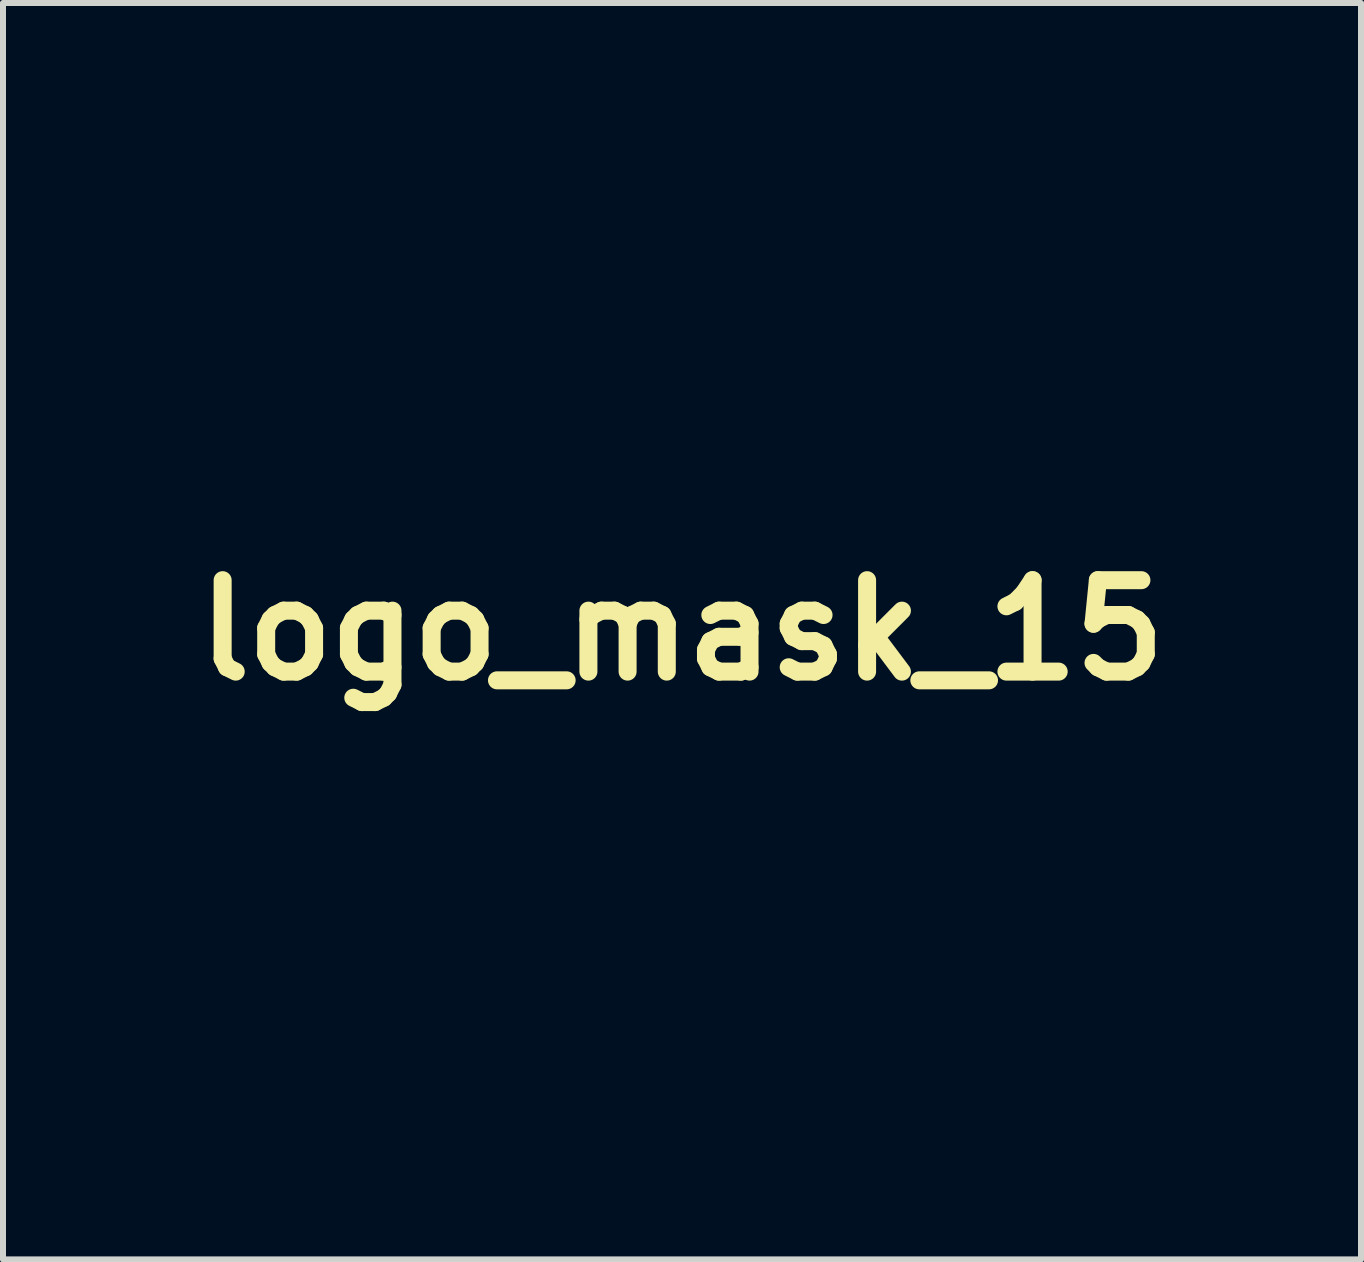
<source format=kicad_pcb>
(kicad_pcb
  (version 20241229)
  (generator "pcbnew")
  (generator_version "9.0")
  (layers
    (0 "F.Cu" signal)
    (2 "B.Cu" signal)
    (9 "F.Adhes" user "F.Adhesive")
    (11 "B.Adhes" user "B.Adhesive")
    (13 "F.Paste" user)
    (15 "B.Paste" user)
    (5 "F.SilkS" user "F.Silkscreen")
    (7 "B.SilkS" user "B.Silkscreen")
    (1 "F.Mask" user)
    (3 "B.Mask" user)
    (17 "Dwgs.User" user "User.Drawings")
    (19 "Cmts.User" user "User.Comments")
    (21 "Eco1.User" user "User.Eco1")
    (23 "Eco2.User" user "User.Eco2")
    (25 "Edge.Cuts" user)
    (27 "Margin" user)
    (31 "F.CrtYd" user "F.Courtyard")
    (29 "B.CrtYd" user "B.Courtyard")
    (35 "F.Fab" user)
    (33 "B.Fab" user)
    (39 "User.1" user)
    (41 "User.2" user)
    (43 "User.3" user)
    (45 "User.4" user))
  (footprint "logo_mask_15"
    (layer "F.Cu")
    (at 8.317 7.454)
    (property "Reference" "logo_mask_15" (at 0 0 0) (layer "F.SilkS") (effects (font (size 1.524 1.524) (thickness 0.3))))
    (attr through_hole)
    (fp_poly (pts (xy -1.368 -6.055) (xy -1.247 -5.966) (xy -1.18 -5.891) (xy -1.147 -5.82) (xy -1.137 -5.723) (xy -1.136 -5.676) (xy -1.136 -5.497) (xy -0.45 -4.813) (xy 2.456 -4.813) (xy 3.4 -3.869) (xy 4.345 -2.925) (xy 4.345 -1.149) (xy 4.445 -1.053) (xy 4.545 -0.921) (xy 4.589 -0.781) (xy 4.585 -0.643) (xy 4.539 -0.517) (xy 4.457 -0.411) (xy 4.348 -0.335) (xy 4.218 -0.3) (xy 4.073 -0.314) (xy 3.95 -0.368) (xy 3.834 -0.474) (xy 3.769 -0.61) (xy 3.759 -0.722) (xy 4.025 -0.722) (xy 4.04 -0.675) (xy 4.075 -0.637) (xy 4.134 -0.584) (xy 4.178 -0.573) (xy 4.237 -0.598) (xy 4.247 -0.603) (xy 4.3 -0.661) (xy 4.309 -0.738) (xy 4.28 -0.811) (xy 4.221 -0.858) (xy 4.158 -0.863) (xy 4.098 -0.828) (xy 4.054 -0.779) (xy 4.025 -0.722) (xy 3.759 -0.722) (xy 3.756 -0.76) (xy 3.798 -0.907) (xy 3.876 -1.018) (xy 3.977 -1.123) (xy 3.977 -2.758) (xy 2.289 -4.445) (xy -0.619 -4.445) (xy -1.019 -4.846) (xy -1.175 -5) (xy -1.293 -5.111) (xy -1.38 -5.185) (xy -1.445 -5.227) (xy -1.494 -5.245) (xy -1.513 -5.247) (xy -1.677 -5.276) (xy -1.811 -5.353) (xy -1.908 -5.466) (xy -1.961 -5.605) (xy -1.962 -5.648) (xy -1.684 -5.648) (xy -1.67 -5.613) (xy -1.611 -5.563) (xy -1.529 -5.556) (xy -1.452 -5.591) (xy -1.424 -5.623) (xy -1.408 -5.7) (xy -1.447 -5.766) (xy -1.529 -5.806) (xy -1.547 -5.809) (xy -1.632 -5.793) (xy -1.681 -5.733) (xy -1.684 -5.648) (xy -1.962 -5.648) (xy -1.963 -5.756) (xy -1.906 -5.907) (xy -1.904 -5.909) (xy -1.798 -6.026) (xy -1.664 -6.09) (xy -1.516 -6.1) (xy -1.368 -6.055)) (stroke (width 0.01) (type solid)) (fill yes) (layer "F.Mask"))
    (fp_poly (pts (xy 0.591 -6.425) (xy 0.722 -6.357) (xy 0.805 -6.261) (xy 0.847 -6.183) (xy 2.724 -6.183) (xy 5.581 -3.325) (xy 5.581 -2.297) (xy 5.698 -2.168) (xy 5.774 -2.071) (xy 5.809 -1.983) (xy 5.815 -1.902) (xy 5.786 -1.74) (xy 5.707 -1.609) (xy 5.59 -1.517) (xy 5.448 -1.471) (xy 5.292 -1.477) (xy 5.172 -1.523) (xy 5.064 -1.616) (xy 5 -1.743) (xy 4.981 -1.888) (xy 4.981 -1.888) (xy 5.247 -1.888) (xy 5.274 -1.822) (xy 5.334 -1.763) (xy 5.397 -1.738) (xy 5.456 -1.76) (xy 5.495 -1.79) (xy 5.538 -1.852) (xy 5.548 -1.888) (xy 5.521 -1.954) (xy 5.461 -2.014) (xy 5.397 -2.039) (xy 5.332 -2.012) (xy 5.272 -1.952) (xy 5.247 -1.888) (xy 4.981 -1.888) (xy 5.007 -2.033) (xy 5.08 -2.163) (xy 5.154 -2.233) (xy 5.178 -2.258) (xy 5.195 -2.3) (xy 5.206 -2.368) (xy 5.211 -2.476) (xy 5.214 -2.635) (xy 5.214 -2.718) (xy 5.214 -3.159) (xy 2.573 -5.799) (xy 1.718 -5.81) (xy 1.456 -5.813) (xy 1.253 -5.815) (xy 1.1 -5.814) (xy 0.989 -5.811) (xy 0.911 -5.804) (xy 0.859 -5.795) (xy 0.824 -5.78) (xy 0.798 -5.762) (xy 0.791 -5.756) (xy 0.655 -5.659) (xy 0.513 -5.618) (xy 0.45 -5.615) (xy 0.289 -5.644) (xy 0.16 -5.728) (xy 0.072 -5.855) (xy 0.034 -6.018) (xy 0.034 -6.03) (xy 0.301 -6.03) (xy 0.327 -5.966) (xy 0.387 -5.908) (xy 0.451 -5.882) (xy 0.51 -5.904) (xy 0.549 -5.935) (xy 0.592 -5.996) (xy 0.602 -6.032) (xy 0.577 -6.095) (xy 0.521 -6.154) (xy 0.462 -6.183) (xy 0.46 -6.183) (xy 0.401 -6.158) (xy 0.339 -6.103) (xy 0.303 -6.043) (xy 0.301 -6.03) (xy 0.034 -6.03) (xy 0.033 -6.05) (xy 0.042 -6.144) (xy 0.075 -6.219) (xy 0.146 -6.303) (xy 0.163 -6.321) (xy 0.251 -6.4) (xy 0.326 -6.438) (xy 0.415 -6.45) (xy 0.434 -6.45) (xy 0.591 -6.425)) (stroke (width 0.01) (type solid)) (fill yes) (layer "F.Mask"))
    (fp_poly (pts (xy 2.802 2.214) (xy 2.877 2.247) (xy 2.961 2.318) (xy 2.978 2.336) (xy 3.058 2.424) (xy 3.096 2.498) (xy 3.108 2.587) (xy 3.108 2.606) (xy 3.08 2.769) (xy 3.004 2.904) (xy 2.889 2.997) (xy 2.745 3.04) (xy 2.713 3.041) (xy 2.666 3.052) (xy 2.606 3.086) (xy 2.529 3.149) (xy 2.429 3.244) (xy 2.303 3.376) (xy 2.145 3.55) (xy 1.952 3.77) (xy 1.867 3.867) (xy 1.688 4.075) (xy 0.689 4.076) (xy -0.309 4.077) (xy -0.439 4.194) (xy -0.533 4.269) (xy -0.617 4.303) (xy -0.71 4.31) (xy -0.823 4.298) (xy -0.923 4.269) (xy -0.939 4.261) (xy -1.056 4.162) (xy -1.122 4.022) (xy -1.135 3.907) (xy -0.869 3.907) (xy -0.842 3.981) (xy -0.81 4.008) (xy -0.733 4.04) (xy -0.67 4.022) (xy -0.629 3.989) (xy -0.576 3.918) (xy -0.585 3.851) (xy -0.635 3.793) (xy -0.698 3.753) (xy -0.765 3.762) (xy -0.786 3.771) (xy -0.85 3.828) (xy -0.869 3.907) (xy -1.135 3.907) (xy -1.136 3.894) (xy -1.109 3.724) (xy -1.03 3.595) (xy -0.903 3.511) (xy -0.734 3.476) (xy -0.704 3.476) (xy -0.603 3.487) (xy -0.515 3.531) (xy -0.439 3.593) (xy -0.309 3.71) (xy 0.037 3.71) (xy 0.195 3.708) (xy 0.398 3.704) (xy 0.624 3.699) (xy 0.853 3.692) (xy 0.959 3.688) (xy 1.534 3.666) (xy 1.913 3.24) (xy 2.051 3.085) (xy 2.15 2.97) (xy 2.217 2.886) (xy 2.257 2.824) (xy 2.277 2.775) (xy 2.282 2.728) (xy 2.278 2.675) (xy 2.278 2.671) (xy 2.282 2.624) (xy 2.54 2.624) (xy 2.562 2.682) (xy 2.593 2.721) (xy 2.654 2.764) (xy 2.69 2.774) (xy 2.749 2.752) (xy 2.788 2.721) (xy 2.831 2.66) (xy 2.841 2.624) (xy 2.819 2.565) (xy 2.788 2.526) (xy 2.727 2.483) (xy 2.69 2.473) (xy 2.632 2.495) (xy 2.593 2.526) (xy 2.55 2.587) (xy 2.54 2.624) (xy 2.282 2.624) (xy 2.291 2.502) (xy 2.359 2.363) (xy 2.475 2.263) (xy 2.63 2.211) (xy 2.708 2.206) (xy 2.802 2.214)) (stroke (width 0.01) (type solid)) (fill yes) (layer "F.Mask"))
    (fp_poly (pts (xy 1.63 -2.297) (xy 2.039 -1.887) (xy 2.039 -0.651) (xy 1.629 -0.242) (xy 1.219 0.167) (xy 0.677 0.167) (xy 0.475 0.168) (xy 0.329 0.17) (xy 0.23 0.175) (xy 0.167 0.185) (xy 0.13 0.199) (xy 0.108 0.221) (xy 0.1 0.234) (xy 0.024 0.314) (xy -0.094 0.374) (xy -0.23 0.401) (xy -0.251 0.401) (xy -0.417 0.373) (xy -0.546 0.292) (xy -0.632 0.164) (xy -0.668 -0.004) (xy -0.668 -0.017) (xy -0.401 -0.017) (xy -0.379 0.042) (xy -0.349 0.081) (xy -0.287 0.124) (xy -0.251 0.134) (xy -0.192 0.112) (xy -0.153 0.081) (xy -0.11 0.02) (xy -0.1 -0.017) (xy -0.122 -0.075) (xy -0.153 -0.115) (xy -0.214 -0.157) (xy -0.251 -0.167) (xy -0.309 -0.145) (xy -0.349 -0.115) (xy -0.391 -0.053) (xy -0.401 -0.017) (xy -0.668 -0.017) (xy -0.668 -0.036) (xy -0.66 -0.129) (xy -0.626 -0.205) (xy -0.554 -0.289) (xy -0.539 -0.305) (xy -0.453 -0.383) (xy -0.38 -0.421) (xy -0.292 -0.434) (xy -0.255 -0.434) (xy -0.148 -0.426) (xy -0.065 -0.392) (xy 0.028 -0.319) (xy 0.029 -0.318) (xy 0.158 -0.201) (xy 1.054 -0.201) (xy 1.363 -0.51) (xy 1.671 -0.82) (xy 1.671 -1.723) (xy 1.361 -2.031) (xy 1.052 -2.339) (xy -1.188 -2.339) (xy -1.496 -2.03) (xy -1.805 -1.72) (xy -1.805 1.689) (xy -1.495 1.998) (xy -1.185 2.306) (xy 1.055 2.306) (xy 1.504 1.853) (xy 1.504 1.659) (xy 1.505 1.623) (xy 1.774 1.623) (xy 1.793 1.711) (xy 1.824 1.752) (xy 1.9 1.8) (xy 1.971 1.782) (xy 2.026 1.72) (xy 2.061 1.657) (xy 2.055 1.613) (xy 2.021 1.57) (xy 1.937 1.512) (xy 1.854 1.515) (xy 1.811 1.544) (xy 1.774 1.623) (xy 1.505 1.623) (xy 1.508 1.542) (xy 1.527 1.465) (xy 1.57 1.4) (xy 1.618 1.35) (xy 1.698 1.28) (xy 1.773 1.246) (xy 1.875 1.237) (xy 1.9 1.237) (xy 2.018 1.245) (xy 2.104 1.277) (xy 2.187 1.339) (xy 2.289 1.467) (xy 2.334 1.607) (xy 2.325 1.749) (xy 2.266 1.88) (xy 2.16 1.986) (xy 2.013 2.056) (xy 1.959 2.069) (xy 1.886 2.086) (xy 1.821 2.114) (xy 1.75 2.161) (xy 1.663 2.236) (xy 1.547 2.347) (xy 1.491 2.403) (xy 1.185 2.707) (xy -1.355 2.707) (xy -1.763 2.297) (xy -2.172 1.887) (xy -2.172 -1.889) (xy -1.762 -2.298) (xy -1.353 -2.707) (xy 1.221 -2.707) (xy 1.63 -2.297)) (stroke (width 0.01) (type solid)) (fill yes) (layer "F.Mask"))
    (fp_poly (pts (xy 0.432 -7.443) (xy 1.132 -7.371) (xy 1.826 -7.233) (xy 2.386 -7.072) (xy 3.026 -6.826) (xy 3.637 -6.523) (xy 4.218 -6.164) (xy 4.762 -5.754) (xy 5.268 -5.298) (xy 5.731 -4.797) (xy 6.147 -4.257) (xy 6.512 -3.682) (xy 6.823 -3.074) (xy 7.076 -2.438) (xy 7.105 -2.353) (xy 7.296 -1.666) (xy 7.422 -0.972) (xy 7.482 -0.273) (xy 7.477 0.427) (xy 7.406 1.124) (xy 7.269 1.814) (xy 7.098 2.402) (xy 6.846 3.055) (xy 6.537 3.673) (xy 6.171 4.258) (xy 5.746 4.812) (xy 5.298 5.298) (xy 4.772 5.777) (xy 4.211 6.201) (xy 3.617 6.566) (xy 2.992 6.874) (xy 2.34 7.121) (xy 1.662 7.307) (xy 0.961 7.431) (xy 0.795 7.451) (xy 0.59 7.467) (xy 0.339 7.477) (xy 0.062 7.481) (xy -0.22 7.479) (xy -0.488 7.471) (xy -0.72 7.457) (xy -0.819 7.447) (xy -1.502 7.338) (xy -2.166 7.166) (xy -2.807 6.936) (xy -3.422 6.649) (xy -4.007 6.31) (xy -4.559 5.921) (xy -5.073 5.485) (xy -5.546 5.005) (xy -5.975 4.484) (xy -6.356 3.924) (xy -6.685 3.329) (xy -6.959 2.702) (xy -7.072 2.386) (xy -7.263 1.698) (xy -7.389 1.003) (xy -7.449 0.303) (xy -7.448 0.201) (xy -6.995 0.201) (xy -6.034 0.201) (xy -5.707 0.526) (xy -5.381 0.851) (xy -5.381 2.453) (xy -5.272 2.565) (xy -5.207 2.641) (xy -5.175 2.712) (xy -5.164 2.809) (xy -5.164 2.862) (xy -5.168 2.974) (xy -5.188 3.047) (xy -5.237 3.111) (xy -5.288 3.161) (xy -5.385 3.236) (xy -5.474 3.27) (xy -5.549 3.275) (xy -5.722 3.248) (xy -5.856 3.17) (xy -5.945 3.047) (xy -5.982 2.886) (xy -5.982 2.857) (xy -5.715 2.857) (xy -5.688 2.923) (xy -5.628 2.983) (xy -5.565 3.008) (xy -5.506 2.986) (xy -5.467 2.955) (xy -5.424 2.898) (xy -5.414 2.866) (xy -5.439 2.807) (xy -5.494 2.746) (xy -5.554 2.709) (xy -5.567 2.707) (xy -5.631 2.734) (xy -5.69 2.794) (xy -5.715 2.857) (xy -5.982 2.857) (xy -5.961 2.72) (xy -5.906 2.598) (xy -5.828 2.514) (xy -5.815 2.506) (xy -5.793 2.492) (xy -5.777 2.468) (xy -5.765 2.426) (xy -5.757 2.358) (xy -5.752 2.255) (xy -5.749 2.108) (xy -5.749 1.908) (xy -5.748 1.746) (xy -5.748 1.021) (xy -5.973 0.795) (xy -6.198 0.568) (xy -6.959 0.568) (xy -6.936 0.794) (xy -6.846 1.373) (xy -6.697 1.962) (xy -6.493 2.549) (xy -6.24 3.122) (xy -5.941 3.671) (xy -5.602 4.184) (xy -5.519 4.295) (xy -5.405 4.435) (xy -5.252 4.605) (xy -5.075 4.793) (xy -4.887 4.985) (xy -4.699 5.169) (xy -4.526 5.33) (xy -4.38 5.456) (xy -4.378 5.457) (xy -3.859 5.836) (xy -3.303 6.166) (xy -2.717 6.446) (xy -2.109 6.672) (xy -1.485 6.844) (xy -0.853 6.957) (xy -0.22 7.011) (xy 0.407 7.004) (xy 0.635 6.985) (xy 0.872 6.958) (xy 1.084 6.93) (xy 1.26 6.902) (xy 1.391 6.876) (xy 1.467 6.853) (xy 1.475 6.848) (xy 1.485 6.823) (xy 1.459 6.773) (xy 1.391 6.693) (xy 1.288 6.585) (xy 1.055 6.35) (xy -0.19 6.35) (xy -0.511 6.35) (xy -0.772 6.351) (xy -0.979 6.352) (xy -1.138 6.354) (xy -1.257 6.358) (xy -1.342 6.364) (xy -1.399 6.372) (xy -1.434 6.382) (xy -1.455 6.395) (xy -1.468 6.412) (xy -1.472 6.42) (xy -1.539 6.488) (xy -1.646 6.545) (xy -1.769 6.579) (xy -1.829 6.584) (xy -1.959 6.554) (xy -2.082 6.475) (xy -2.175 6.364) (xy -2.194 6.326) (xy -2.232 6.163) (xy -1.957 6.163) (xy -1.942 6.209) (xy -1.907 6.247) (xy -1.848 6.301) (xy -1.805 6.312) (xy -1.745 6.287) (xy -1.736 6.282) (xy -1.682 6.224) (xy -1.674 6.147) (xy -1.702 6.074) (xy -1.761 6.026) (xy -1.824 6.021) (xy -1.885 6.056) (xy -1.929 6.105) (xy -1.957 6.163) (xy -2.232 6.163) (xy -2.232 6.163) (xy -2.204 6.013) (xy -2.111 5.877) (xy -2.09 5.857) (xy -2.004 5.788) (xy -1.921 5.756) (xy -1.808 5.748) (xy -1.805 5.748) (xy -1.693 5.755) (xy -1.611 5.785) (xy -1.524 5.852) (xy -1.508 5.865) (xy -1.379 5.982) (xy 1.219 5.982) (xy 1.595 6.357) (xy 1.97 6.732) (xy 2.23 6.647) (xy 2.49 6.563) (xy 2.499 5.461) (xy 2.506 4.528) (xy 2.874 4.528) (xy 2.874 5.456) (xy 2.875 5.697) (xy 2.876 5.915) (xy 2.879 6.101) (xy 2.883 6.246) (xy 2.887 6.343) (xy 2.891 6.383) (xy 2.892 6.383) (xy 2.927 6.369) (xy 3.008 6.331) (xy 3.124 6.275) (xy 3.242 6.216) (xy 3.576 6.049) (xy 3.576 5.009) (xy 4.061 4.515) (xy 4.545 4.021) (xy 4.545 1.754) (xy 5.011 1.289) (xy 5.173 1.126) (xy 5.292 1.003) (xy 5.374 0.912) (xy 5.426 0.846) (xy 5.454 0.797) (xy 5.462 0.759) (xy 5.459 0.735) (xy 5.461 0.708) (xy 5.751 0.708) (xy 5.781 0.783) (xy 5.844 0.83) (xy 5.882 0.836) (xy 5.952 0.813) (xy 5.976 0.795) (xy 6.016 0.719) (xy 6.007 0.641) (xy 5.96 0.579) (xy 5.889 0.551) (xy 5.815 0.568) (xy 5.76 0.628) (xy 5.751 0.708) (xy 5.461 0.708) (xy 5.465 0.613) (xy 5.517 0.484) (xy 5.603 0.374) (xy 5.655 0.335) (xy 5.803 0.275) (xy 5.945 0.273) (xy 6.072 0.317) (xy 6.178 0.399) (xy 6.255 0.508) (xy 6.297 0.635) (xy 6.296 0.769) (xy 6.246 0.902) (xy 6.146 1.017) (xy 6.047 1.079) (xy 5.93 1.102) (xy 5.891 1.103) (xy 5.833 1.104) (xy 5.784 1.113) (xy 5.733 1.137) (xy 5.672 1.181) (xy 5.591 1.252) (xy 5.48 1.358) (xy 5.342 1.494) (xy 4.946 1.885) (xy 4.946 4.195) (xy 4.445 4.696) (xy 3.944 5.196) (xy 3.944 5.489) (xy 3.946 5.62) (xy 3.952 5.72) (xy 3.961 5.776) (xy 3.966 5.782) (xy 4 5.763) (xy 4.076 5.713) (xy 4.178 5.64) (xy 4.241 5.593) (xy 4.384 5.478) (xy 4.559 5.323) (xy 4.752 5.141) (xy 4.953 4.944) (xy 5.15 4.743) (xy 5.331 4.55) (xy 5.484 4.377) (xy 5.593 4.241) (xy 5.782 3.988) (xy 5.782 2.435) (xy 5.686 2.338) (xy 5.596 2.208) (xy 5.564 2.062) (xy 5.565 2.054) (xy 5.849 2.054) (xy 5.862 2.132) (xy 5.91 2.165) (xy 5.998 2.166) (xy 6.07 2.149) (xy 6.101 2.102) (xy 6.11 2.048) (xy 6.109 1.971) (xy 6.075 1.933) (xy 6.034 1.919) (xy 5.936 1.921) (xy 5.869 1.974) (xy 5.849 2.054) (xy 5.565 2.054) (xy 5.584 1.917) (xy 5.655 1.786) (xy 5.771 1.682) (xy 5.87 1.636) (xy 6.019 1.62) (xy 6.165 1.666) (xy 6.291 1.764) (xy 6.383 1.904) (xy 6.412 2.054) (xy 6.375 2.205) (xy 6.282 2.341) (xy 6.183 2.447) (xy 6.185 2.869) (xy 6.186 3.292) (xy 6.34 2.991) (xy 6.512 2.607) (xy 6.665 2.174) (xy 6.795 1.708) (xy 6.899 1.226) (xy 6.973 0.743) (xy 7.012 0.276) (xy 7.018 0.03) (xy 7.018 -0.234) (xy 5.664 -0.234) (xy 3.877 1.555) (xy 3.877 3.527) (xy 3.376 4.027) (xy 2.874 4.528) (xy 2.506 4.528) (xy 2.507 4.36) (xy 3.476 3.393) (xy 3.476 1.42) (xy 4.487 0.41) (xy 5.498 -0.601) (xy 6.233 -0.609) (xy 6.968 -0.618) (xy 6.958 -0.802) (xy 6.937 -0.999) (xy 6.896 -1.242) (xy 6.838 -1.511) (xy 6.768 -1.792) (xy 6.69 -2.065) (xy 6.636 -2.231) (xy 6.421 -2.777) (xy 6.157 -3.316) (xy 5.853 -3.83) (xy 5.518 -4.301) (xy 5.457 -4.378) (xy 5.331 -4.524) (xy 5.171 -4.697) (xy 4.988 -4.884) (xy 4.795 -5.073) (xy 4.607 -5.25) (xy 4.436 -5.403) (xy 4.296 -5.518) (xy 4.295 -5.519) (xy 3.748 -5.897) (xy 3.168 -6.221) (xy 2.563 -6.49) (xy 1.938 -6.703) (xy 1.299 -6.857) (xy 0.653 -6.95) (xy 0.006 -6.981) (xy -0.606 -6.951) (xy -1.185 -6.869) (xy -1.762 -6.741) (xy -2.32 -6.57) (xy -2.843 -6.362) (xy -3.041 -6.267) (xy -3.19 -6.192) (xy -3.32 -6.124) (xy -3.416 -6.072) (xy -3.467 -6.041) (xy -3.47 -6.039) (xy -3.47 -6.021) (xy -3.447 -5.981) (xy -3.396 -5.917) (xy -3.315 -5.825) (xy -3.201 -5.703) (xy -3.05 -5.547) (xy -2.861 -5.353) (xy -2.628 -5.119) (xy -2.4 -4.89) (xy -1.287 -3.777) (xy 1.721 -3.777) (xy 3.142 -2.357) (xy 3.142 0.027) (xy 3.259 0.144) (xy 3.33 0.224) (xy 3.365 0.297) (xy 3.375 0.395) (xy 3.376 0.434) (xy 3.37 0.547) (xy 3.344 0.624) (xy 3.286 0.698) (xy 3.265 0.719) (xy 3.132 0.814) (xy 2.993 0.852) (xy 2.857 0.841) (xy 2.734 0.787) (xy 2.634 0.699) (xy 2.565 0.583) (xy 2.542 0.468) (xy 2.828 0.468) (xy 2.842 0.503) (xy 2.901 0.553) (xy 2.983 0.56) (xy 3.06 0.525) (xy 3.088 0.493) (xy 3.104 0.416) (xy 3.065 0.35) (xy 2.982 0.31) (xy 2.965 0.307) (xy 2.88 0.324) (xy 2.83 0.383) (xy 2.828 0.468) (xy 2.542 0.468) (xy 2.538 0.448) (xy 2.562 0.302) (xy 2.607 0.208) (xy 2.663 0.131) (xy 2.716 0.083) (xy 2.724 0.079) (xy 2.738 0.066) (xy 2.749 0.035) (xy 2.757 -0.021) (xy 2.764 -0.109) (xy 2.768 -0.234) (xy 2.771 -0.403) (xy 2.773 -0.623) (xy 2.774 -0.9) (xy 2.774 -1.065) (xy 2.774 -2.19) (xy 2.181 -2.779) (xy 1.587 -3.368) (xy 0.067 -3.389) (xy -1.454 -3.411) (xy -2.657 -4.613) (xy -3.86 -5.814) (xy -4.153 -5.598) (xy -4.271 -5.508) (xy -4.367 -5.432) (xy -4.428 -5.378) (xy -4.445 -5.357) (xy -4.422 -5.328) (xy -4.358 -5.258) (xy -4.258 -5.152) (xy -4.128 -5.018) (xy -3.974 -4.86) (xy -3.801 -4.684) (xy -3.731 -4.613) (xy -3.016 -3.894) (xy -2.995 -1.604) (xy -2.992 -1.182) (xy -2.988 -0.752) (xy -2.985 -0.323) (xy -2.982 0.097) (xy -2.98 0.497) (xy -2.978 0.868) (xy -2.976 1.201) (xy -2.975 1.487) (xy -2.975 1.717) (xy -2.974 1.739) (xy -2.974 2.792) (xy -2.681 3.084) (xy -2.554 3.208) (xy -2.461 3.292) (xy -2.392 3.343) (xy -2.336 3.368) (xy -2.282 3.376) (xy -2.272 3.376) (xy -2.119 3.406) (xy -1.991 3.488) (xy -1.898 3.607) (xy -1.851 3.751) (xy -1.855 3.872) (xy -1.896 3.977) (xy -1.971 4.083) (xy -1.988 4.1) (xy -2.067 4.169) (xy -2.143 4.202) (xy -2.248 4.211) (xy -2.267 4.211) (xy -2.392 4.201) (xy -2.484 4.164) (xy -2.535 4.126) (xy -2.628 4.017) (xy -2.685 3.884) (xy -2.688 3.856) (xy -2.396 3.856) (xy -2.353 3.919) (xy -2.273 3.944) (xy -2.202 3.921) (xy -2.179 3.904) (xy -2.138 3.83) (xy -2.144 3.754) (xy -2.184 3.694) (xy -2.246 3.663) (xy -2.318 3.678) (xy -2.342 3.696) (xy -2.394 3.775) (xy -2.396 3.856) (xy -2.688 3.856) (xy -2.698 3.753) (xy -2.692 3.721) (xy -2.689 3.682) (xy -2.703 3.637) (xy -2.742 3.579) (xy -2.812 3.497) (xy -2.92 3.383) (xy -3.003 3.297) (xy -3.335 2.958) (xy -3.381 -0.184) (xy -4.088 -0.894) (xy -4.795 -1.604) (xy -4.958 -1.604) (xy -5.068 -1.612) (xy -5.147 -1.643) (xy -5.229 -1.713) (xy -5.234 -1.718) (xy -5.307 -1.802) (xy -5.34 -1.882) (xy -5.347 -1.987) (xy -5.345 -2.01) (xy -5.08 -2.01) (xy -5.054 -1.927) (xy -4.989 -1.881) (xy -4.905 -1.88) (xy -4.832 -1.924) (xy -4.79 -1.979) (xy -4.779 -2.008) (xy -4.803 -2.055) (xy -4.856 -2.115) (xy -4.915 -2.161) (xy -4.944 -2.172) (xy -5 -2.145) (xy -5.054 -2.083) (xy -5.08 -2.015) (xy -5.08 -2.01) (xy -5.345 -2.01) (xy -5.337 -2.105) (xy -5.31 -2.211) (xy -5.299 -2.236) (xy -5.221 -2.326) (xy -5.104 -2.398) (xy -4.973 -2.437) (xy -4.931 -2.44) (xy -4.785 -2.409) (xy -4.658 -2.325) (xy -4.565 -2.2) (xy -4.516 -2.049) (xy -4.512 -1.988) (xy -4.51 -1.944) (xy -4.5 -1.902) (xy -4.478 -1.856) (xy -4.436 -1.798) (xy -4.37 -1.722) (xy -4.275 -1.62) (xy -4.143 -1.487) (xy -3.971 -1.314) (xy -3.944 -1.287) (xy -3.376 -0.719) (xy -3.376 -3.727) (xy -4.06 -4.411) (xy -4.745 -5.096) (xy -5.013 -4.829) (xy -5.281 -4.563) (xy -4.822 -4.103) (xy -4.649 -3.932) (xy -4.516 -3.807) (xy -4.419 -3.722) (xy -4.351 -3.675) (xy -4.31 -3.661) (xy -4.303 -3.662) (xy -4.206 -3.664) (xy -4.09 -3.625) (xy -3.98 -3.555) (xy -3.928 -3.504) (xy -3.87 -3.415) (xy -3.846 -3.31) (xy -3.843 -3.239) (xy -3.851 -3.124) (xy -3.884 -3.041) (xy -3.952 -2.956) (xy -4.081 -2.857) (xy -4.221 -2.816) (xy -4.36 -2.828) (xy -4.487 -2.887) (xy -4.591 -2.988) (xy -4.658 -3.127) (xy -4.669 -3.208) (xy -4.391 -3.208) (xy -4.377 -3.173) (xy -4.318 -3.123) (xy -4.236 -3.116) (xy -4.159 -3.151) (xy -4.131 -3.183) (xy -4.115 -3.26) (xy -4.154 -3.327) (xy -4.236 -3.366) (xy -4.254 -3.369) (xy -4.339 -3.353) (xy -4.389 -3.293) (xy -4.391 -3.208) (xy -4.669 -3.208) (xy -4.679 -3.275) (xy -4.68 -3.331) (xy -4.69 -3.379) (xy -4.713 -3.429) (xy -4.757 -3.489) (xy -4.828 -3.57) (xy -4.933 -3.678) (xy -5.078 -3.825) (xy -5.088 -3.835) (xy -5.223 -3.968) (xy -5.341 -4.084) (xy -5.436 -4.173) (xy -5.499 -4.229) (xy -5.52 -4.244) (xy -5.553 -4.217) (xy -5.612 -4.141) (xy -5.692 -4.026) (xy -5.786 -3.881) (xy -5.888 -3.718) (xy -5.992 -3.544) (xy -6.092 -3.371) (xy -6.182 -3.207) (xy -6.235 -3.105) (xy -6.342 -2.878) (xy -6.448 -2.628) (xy -6.55 -2.368) (xy -6.642 -2.108) (xy -6.723 -1.859) (xy -6.787 -1.635) (xy -6.831 -1.445) (xy -6.85 -1.302) (xy -6.851 -1.278) (xy -6.851 -1.203) (xy -6.158 -1.203) (xy -5.464 -1.202) (xy -4.278 -0.088) (xy -4.278 3.826) (xy -3.652 4.453) (xy -3.025 5.08) (xy 0.573 5.08) (xy 0.67 4.984) (xy 0.8 4.894) (xy 0.945 4.862) (xy 1.091 4.883) (xy 1.222 4.953) (xy 1.326 5.069) (xy 1.372 5.168) (xy 1.388 5.317) (xy 1.341 5.464) (xy 1.244 5.589) (xy 1.103 5.682) (xy 0.954 5.71) (xy 0.803 5.673) (xy 0.667 5.58) (xy 0.561 5.481) (xy -3.158 5.481) (xy -3.314 5.325) (xy 0.84 5.325) (xy 0.849 5.369) (xy 0.893 5.404) (xy 0.966 5.406) (xy 1.04 5.379) (xy 1.083 5.339) (xy 1.1 5.263) (xy 1.062 5.2) (xy 0.981 5.166) (xy 0.949 5.164) (xy 0.875 5.176) (xy 0.844 5.224) (xy 0.841 5.241) (xy 0.84 5.325) (xy -3.314 5.325) (xy -3.918 4.721) (xy -4.679 3.961) (xy -4.681 2.006) (xy -4.682 0.05) (xy -5.157 -0.392) (xy -5.631 -0.834) (xy -6.271 -0.835) (xy -6.497 -0.835) (xy -6.665 -0.832) (xy -6.783 -0.827) (xy -6.86 -0.819) (xy -6.905 -0.808) (xy -6.927 -0.791) (xy -6.931 -0.784) (xy -6.94 -0.733) (xy -6.95 -0.629) (xy -6.961 -0.485) (xy -6.97 -0.317) (xy -6.973 -0.266) (xy -6.995 0.201) (xy -7.448 0.201) (xy -7.443 -0.399) (xy -7.371 -1.098) (xy -7.233 -1.793) (xy -7.072 -2.353) (xy -6.826 -2.992) (xy -6.523 -3.604) (xy -6.164 -4.184) (xy -5.754 -4.729) (xy -5.298 -5.235) (xy -4.797 -5.697) (xy -4.257 -6.113) (xy -3.682 -6.479) (xy -3.074 -6.79) (xy -2.438 -7.043) (xy -2.353 -7.072) (xy -1.665 -7.263) (xy -0.969 -7.389) (xy -0.269 -7.449) (xy 0.432 -7.443)) (stroke (width 0.01) (type solid)) (fill yes) (layer "F.Mask")))
  (gr_rect
    (start -3 -3)
    (end 19.633 17.94)
    (stroke (width 0.1) (type default))
    (fill no)
    (layer "Edge.Cuts")))
</source>
